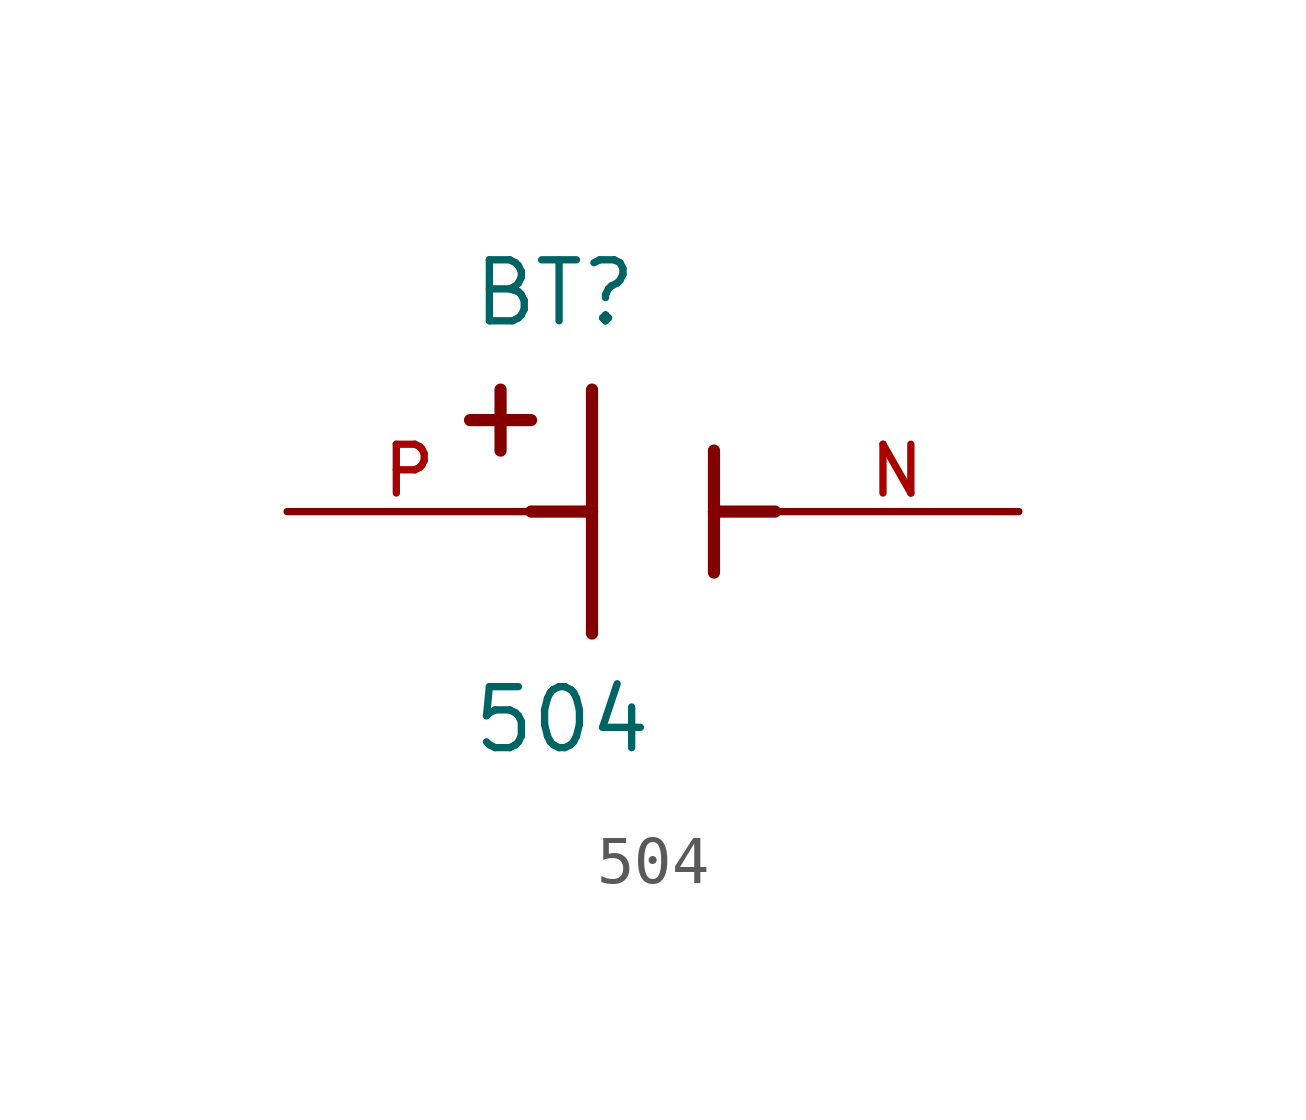
<source format=kicad_sym>
(kicad_symbol_lib
  (version 20211014)
  (generator kicad_symbol_editor)
  (symbol "504"
    (pin_names
      (offset 1.016))
    (property "Reference" "BT"
      (at -3.81 3.81 0)
      (effects (font (size 1.27 1.27)) (justify bottom left)))
    (property "Value" "504"
      (at -3.81 -5.08 0)
      (effects (font (size 1.27 1.27)) (justify bottom left)))
    (symbol "504_0_0"
      (polyline (pts (xy -1.27 2.54) (xy -1.27 0.0)) (stroke (width 0.254)))
      (polyline (pts (xy -1.27 0.0) (xy -1.27 -2.54)) (stroke (width 0.254)))
      (polyline (pts (xy 1.27 1.27) (xy 1.27 0.0)) (stroke (width 0.254)))
      (polyline (pts (xy 1.27 0.0) (xy 1.27 -1.27)) (stroke (width 0.254)))
      (polyline (pts (xy -1.27 0.0) (xy -2.54 0.0)) (stroke (width 0.254)))
      (polyline (pts (xy 1.27 0.0) (xy 2.54 0.0)) (stroke (width 0.254)))
      (polyline (pts (xy -3.175 2.54) (xy -3.175 1.27)) (stroke (width 0.254)))
      (polyline (pts (xy -3.81 1.905) (xy -2.54 1.905)) (stroke (width 0.254)))
      (pin passive line (at -7.62 0.0 0) (length 5.08) (name "~" (effects (font (size 1.016 1.016)))) (number "P" (effects (font (size 1.016 1.016)))))
      (pin passive line (at 7.62 0.0 180.0) (length 5.08) (name "~" (effects (font (size 1.016 1.016)))) (number "N" (effects (font (size 1.016 1.016))))))))
</source>
